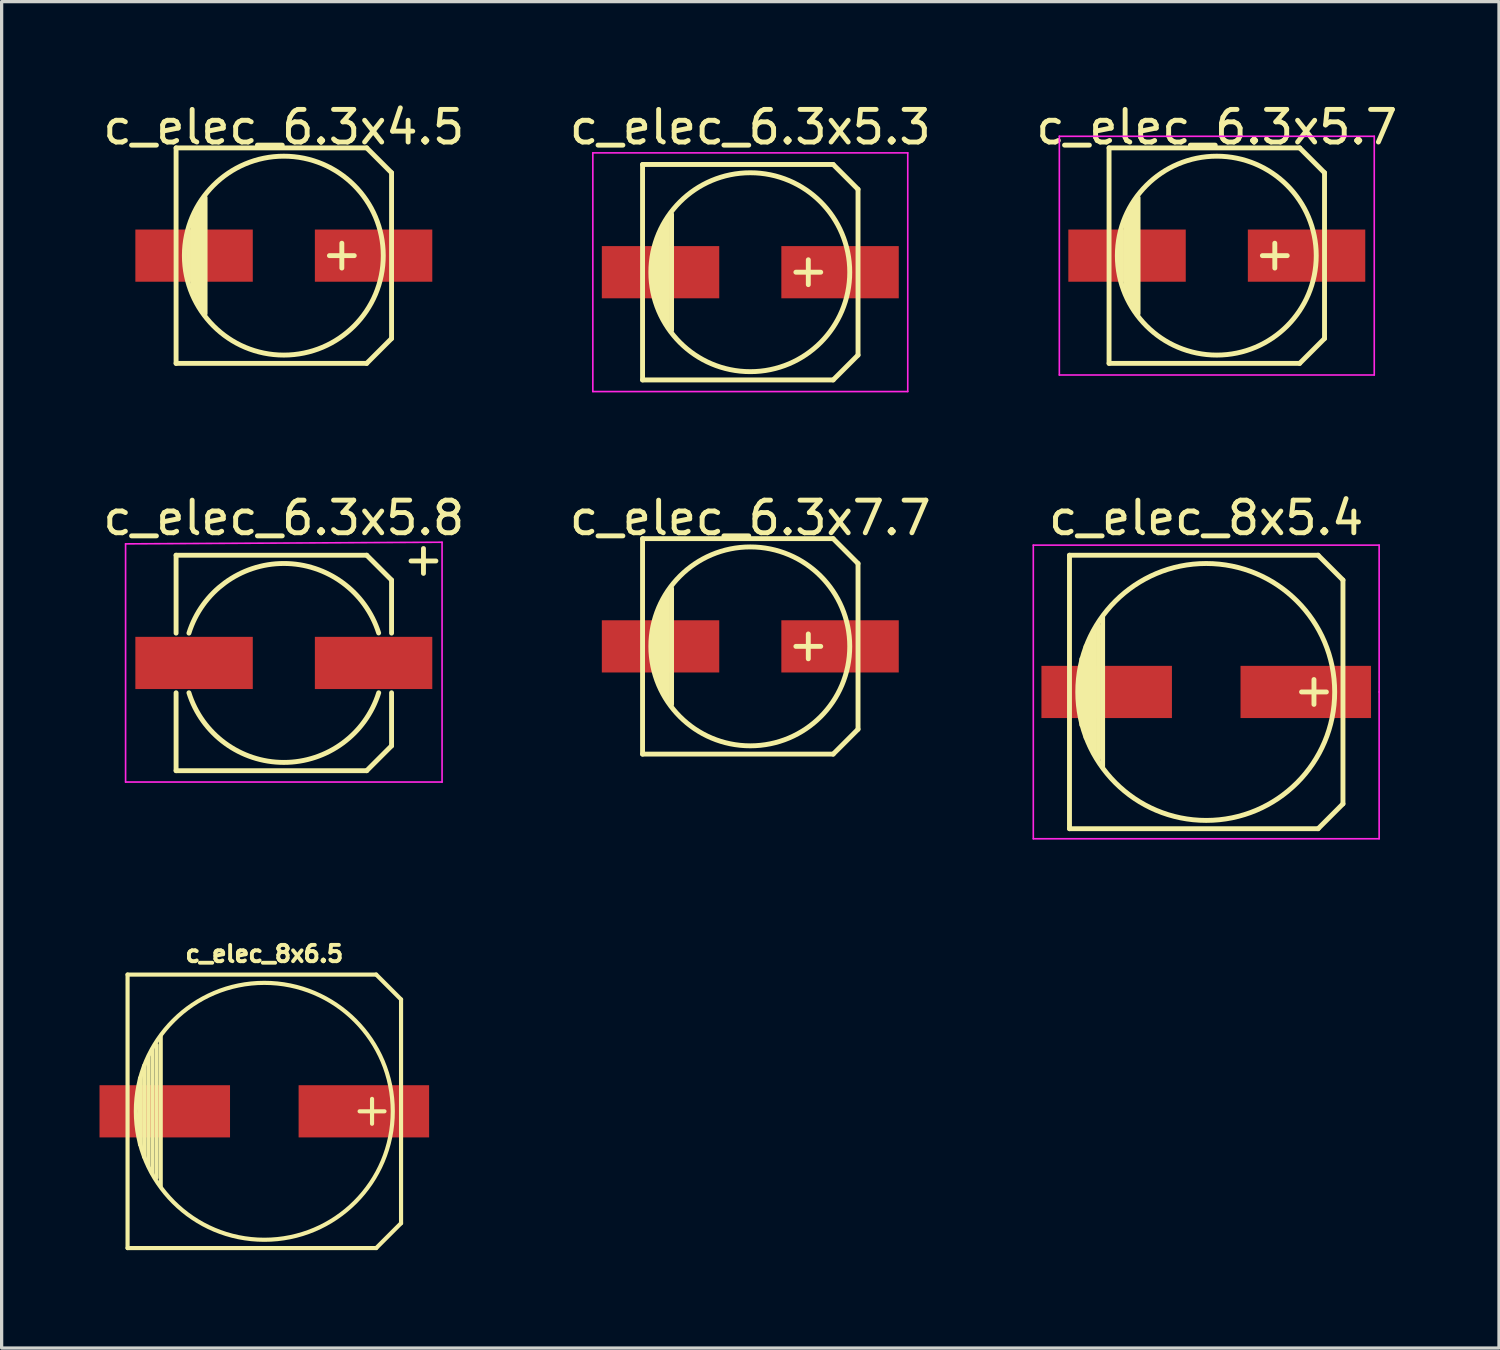
<source format=kicad_pcb>
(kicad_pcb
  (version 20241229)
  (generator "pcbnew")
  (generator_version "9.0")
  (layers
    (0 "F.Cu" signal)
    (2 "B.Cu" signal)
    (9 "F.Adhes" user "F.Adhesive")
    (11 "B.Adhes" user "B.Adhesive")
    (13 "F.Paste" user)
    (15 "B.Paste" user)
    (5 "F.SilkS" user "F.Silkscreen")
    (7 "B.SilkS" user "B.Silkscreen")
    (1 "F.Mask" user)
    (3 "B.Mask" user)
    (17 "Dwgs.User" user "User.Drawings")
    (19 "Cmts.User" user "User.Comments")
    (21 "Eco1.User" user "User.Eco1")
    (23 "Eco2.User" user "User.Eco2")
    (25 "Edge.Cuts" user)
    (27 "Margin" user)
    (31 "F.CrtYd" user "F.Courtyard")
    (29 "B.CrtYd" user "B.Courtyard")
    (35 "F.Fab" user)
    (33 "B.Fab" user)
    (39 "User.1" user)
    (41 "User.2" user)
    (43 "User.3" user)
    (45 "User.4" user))
  (footprint "c_elec_6.3x5.7"
    (layer "F.Cu")
    (at 34.244 4.785)
    (property "Reference" "c_elec_6.3x5.7" (at 0 -3.937 0) (layer "F.SilkS") (effects (font (size 1 1) (thickness 0.15))))
    (attr through_hole)
    (fp_line (start -3.302 -3.302) (end -3.302 3.302) (stroke (width 0.15) (type solid)) (layer "F.SilkS"))
    (fp_line (start -3.302 3.302) (end 2.54 3.302) (stroke (width 0.15) (type solid)) (layer "F.SilkS"))
    (fp_line (start -2.921 -0.762) (end -2.921 0.762) (stroke (width 0.15) (type solid)) (layer "F.SilkS"))
    (fp_line (start -2.794 1.143) (end -2.794 -1.143) (stroke (width 0.15) (type solid)) (layer "F.SilkS"))
    (fp_line (start -2.667 -1.397) (end -2.667 1.397) (stroke (width 0.15) (type solid)) (layer "F.SilkS"))
    (fp_line (start -2.54 1.651) (end -2.54 -1.651) (stroke (width 0.15) (type solid)) (layer "F.SilkS"))
    (fp_line (start -2.413 -1.778) (end -2.413 1.778) (stroke (width 0.15) (type solid)) (layer "F.SilkS"))
    (fp_line (start 1.778 -0.381) (end 1.778 0.381) (stroke (width 0.15) (type solid)) (layer "F.SilkS"))
    (fp_line (start 2.159 0) (end 1.397 0) (stroke (width 0.15) (type solid)) (layer "F.SilkS"))
    (fp_line (start 2.54 -3.302) (end -3.302 -3.302) (stroke (width 0.15) (type solid)) (layer "F.SilkS"))
    (fp_line (start 2.54 3.302) (end 3.302 2.54) (stroke (width 0.15) (type solid)) (layer "F.SilkS"))
    (fp_line (start 3.302 -2.54) (end 2.54 -3.302) (stroke (width 0.15) (type solid)) (layer "F.SilkS"))
    (fp_line (start 3.302 2.54) (end 3.302 -2.54) (stroke (width 0.15) (type solid)) (layer "F.SilkS"))
    (fp_circle (center 0 0) (end -3.048 0) (stroke (width 0.15) (type solid)) (fill no) (layer "F.SilkS"))
    (fp_line (start -4.826 -3.658) (end 4.826 -3.658) (stroke (width 0.05) (type solid)) (layer "F.CrtYd"))
    (fp_line (start -4.826 3.658) (end -4.826 -3.658) (stroke (width 0.05) (type solid)) (layer "F.CrtYd"))
    (fp_line (start 4.826 -3.658) (end 4.826 3.658) (stroke (width 0.05) (type solid)) (layer "F.CrtYd"))
    (fp_line (start 4.826 3.658) (end -4.826 3.658) (stroke (width 0.05) (type solid)) (layer "F.CrtYd"))
    (pad "1" smd rect (at 2.751 0) (size 3.599 1.6) (layers "F.Cu" "F.Mask" "F.Paste"))
    (pad "2" smd rect (at -2.751 0) (size 3.599 1.6) (layers "F.Cu" "F.Mask" "F.Paste")))
  (footprint "c_elec_6.3x5.8"
    (layer "F.Cu")
    (at 5.649 17.269)
    (property "Reference" "c_elec_6.3x5.8" (at 0 -4.445 0) (layer "F.SilkS") (effects (font (size 1 1) (thickness 0.15))))
    (attr smd)
    (fp_line (start -3.302 -3.302) (end -3.302 -0.914) (stroke (width 0.15) (type solid)) (layer "F.SilkS"))
    (fp_line (start -3.302 3.302) (end -3.302 0.914) (stroke (width 0.15) (type solid)) (layer "F.SilkS"))
    (fp_line (start -3.302 3.302) (end 2.54 3.302) (stroke (width 0.15) (type solid)) (layer "F.SilkS"))
    (fp_line (start 2.54 -3.302) (end -3.302 -3.302) (stroke (width 0.15) (type solid)) (layer "F.SilkS"))
    (fp_line (start 2.54 3.302) (end 3.302 2.54) (stroke (width 0.15) (type solid)) (layer "F.SilkS"))
    (fp_line (start 3.302 -2.54) (end 2.54 -3.302) (stroke (width 0.15) (type solid)) (layer "F.SilkS"))
    (fp_line (start 3.302 -2.54) (end 3.302 -0.914) (stroke (width 0.15) (type solid)) (layer "F.SilkS"))
    (fp_line (start 3.302 2.54) (end 3.302 0.914) (stroke (width 0.15) (type solid)) (layer "F.SilkS"))
    (fp_arc (start -2.9083 -0.9144) (mid -0.002464 -3.04866) (end 2.906818 -0.9191) (stroke (width 0.15) (type solid)) (layer "F.SilkS"))
    (fp_arc (start 2.9083 0.9144) (mid -0.000197 3.048661) (end -2.908418 0.914025) (stroke (width 0.15) (type solid)) (layer "F.SilkS"))
    (fp_line (start -4.85 -3.65) (end 4.85 -3.7) (stroke (width 0.05) (type solid)) (layer "F.CrtYd"))
    (fp_line (start -4.85 3.65) (end -4.85 -3.65) (stroke (width 0.05) (type solid)) (layer "F.CrtYd"))
    (fp_line (start 4.85 -3.7) (end 4.85 3.65) (stroke (width 0.05) (type solid)) (layer "F.CrtYd"))
    (fp_line (start 4.85 3.65) (end -4.85 3.65) (stroke (width 0.05) (type solid)) (layer "F.CrtYd"))
    (fp_text user "+" (at 4.28 -3.2 0) (layer "F.SilkS") (effects (font (size 1 1) (thickness 0.15))))
    (pad "1" smd rect (at 2.751 0) (size 3.599 1.6) (layers "F.Cu" "F.Mask" "F.Paste"))
    (pad "2" smd rect (at -2.751 0) (size 3.599 1.6) (layers "F.Cu" "F.Mask" "F.Paste")))
  (footprint "c_elec_8x5.4"
    (layer "F.Cu")
    (at 33.92 18.158)
    (property "Reference" "c_elec_8x5.4" (at 0 -5.334 0) (layer "F.SilkS") (effects (font (size 1 1) (thickness 0.15))))
    (attr smd)
    (fp_line (start -4.191 -4.191) (end -4.191 4.191) (stroke (width 0.15) (type solid)) (layer "F.SilkS"))
    (fp_line (start -4.191 4.191) (end 3.429 4.191) (stroke (width 0.15) (type solid)) (layer "F.SilkS"))
    (fp_line (start -3.81 -1.016) (end -3.81 1.016) (stroke (width 0.15) (type solid)) (layer "F.SilkS"))
    (fp_line (start -3.683 1.397) (end -3.683 -1.397) (stroke (width 0.15) (type solid)) (layer "F.SilkS"))
    (fp_line (start -3.556 -1.651) (end -3.556 1.651) (stroke (width 0.15) (type solid)) (layer "F.SilkS"))
    (fp_line (start -3.429 1.905) (end -3.429 -1.905) (stroke (width 0.15) (type solid)) (layer "F.SilkS"))
    (fp_line (start -3.302 2.032) (end -3.302 -2.032) (stroke (width 0.15) (type solid)) (layer "F.SilkS"))
    (fp_line (start -3.175 -2.286) (end -3.175 2.286) (stroke (width 0.15) (type solid)) (layer "F.SilkS"))
    (fp_line (start 3.302 -0.381) (end 3.302 0.381) (stroke (width 0.15) (type solid)) (layer "F.SilkS"))
    (fp_line (start 3.429 -4.191) (end -4.191 -4.191) (stroke (width 0.15) (type solid)) (layer "F.SilkS"))
    (fp_line (start 3.429 4.191) (end 4.191 3.429) (stroke (width 0.15) (type solid)) (layer "F.SilkS"))
    (fp_line (start 3.683 0) (end 2.921 0) (stroke (width 0.15) (type solid)) (layer "F.SilkS"))
    (fp_line (start 4.191 -3.429) (end 3.429 -4.191) (stroke (width 0.15) (type solid)) (layer "F.SilkS"))
    (fp_line (start 4.191 3.429) (end 4.191 -3.429) (stroke (width 0.15) (type solid)) (layer "F.SilkS"))
    (fp_circle (center 0 0) (end 3.937 0) (stroke (width 0.15) (type solid)) (fill no) (layer "F.SilkS"))
    (fp_line (start -5.3 -4.5) (end 5.3 -4.5) (stroke (width 0.05) (type solid)) (layer "F.CrtYd"))
    (fp_line (start -5.3 4.5) (end -5.3 -4.5) (stroke (width 0.05) (type solid)) (layer "F.CrtYd"))
    (fp_line (start 5.3 -4.5) (end 5.3 0) (stroke (width 0.05) (type solid)) (layer "F.CrtYd"))
    (fp_line (start 5.3 0) (end 5.3 4.5) (stroke (width 0.05) (type solid)) (layer "F.CrtYd"))
    (fp_line (start 5.3 4.5) (end -5.3 4.5) (stroke (width 0.05) (type solid)) (layer "F.CrtYd"))
    (pad "1" smd rect (at 3.051 0) (size 4 1.6) (layers "F.Cu" "F.Mask" "F.Paste"))
    (pad "2" smd rect (at -3.051 0) (size 4 1.6) (layers "F.Cu" "F.Mask" "F.Paste")))
  (footprint "c_elec_6.3x4.5"
    (layer "F.Cu")
    (at 5.649 4.785)
    (property "Reference" "c_elec_6.3x4.5" (at 0 -3.937 0) (layer "F.SilkS") (effects (font (size 1 1) (thickness 0.15))))
    (attr through_hole)
    (fp_line (start -3.302 -3.302) (end -3.302 3.302) (stroke (width 0.15) (type solid)) (layer "F.SilkS"))
    (fp_line (start -3.302 3.302) (end 2.54 3.302) (stroke (width 0.15) (type solid)) (layer "F.SilkS"))
    (fp_line (start -2.921 -0.762) (end -2.921 0.762) (stroke (width 0.15) (type solid)) (layer "F.SilkS"))
    (fp_line (start -2.794 1.143) (end -2.794 -1.143) (stroke (width 0.15) (type solid)) (layer "F.SilkS"))
    (fp_line (start -2.667 -1.397) (end -2.667 1.397) (stroke (width 0.15) (type solid)) (layer "F.SilkS"))
    (fp_line (start -2.54 1.651) (end -2.54 -1.651) (stroke (width 0.15) (type solid)) (layer "F.SilkS"))
    (fp_line (start -2.413 -1.778) (end -2.413 1.778) (stroke (width 0.15) (type solid)) (layer "F.SilkS"))
    (fp_line (start 1.778 -0.381) (end 1.778 0.381) (stroke (width 0.15) (type solid)) (layer "F.SilkS"))
    (fp_line (start 2.159 0) (end 1.397 0) (stroke (width 0.15) (type solid)) (layer "F.SilkS"))
    (fp_line (start 2.54 -3.302) (end -3.302 -3.302) (stroke (width 0.15) (type solid)) (layer "F.SilkS"))
    (fp_line (start 2.54 3.302) (end 3.302 2.54) (stroke (width 0.15) (type solid)) (layer "F.SilkS"))
    (fp_line (start 3.302 -2.54) (end 2.54 -3.302) (stroke (width 0.15) (type solid)) (layer "F.SilkS"))
    (fp_line (start 3.302 2.54) (end 3.302 -2.54) (stroke (width 0.15) (type solid)) (layer "F.SilkS"))
    (fp_circle (center 0 0) (end -3.048 0) (stroke (width 0.15) (type solid)) (fill no) (layer "F.SilkS"))
    (pad "1" smd rect (at 2.751 0) (size 3.599 1.6) (layers "F.Cu" "F.Mask" "F.Paste"))
    (pad "2" smd rect (at -2.751 0) (size 3.599 1.6) (layers "F.Cu" "F.Mask" "F.Paste")))
  (footprint "c_elec_8x6.5"
    (layer "F.Cu")
    (at 5.051 31.011)
    (property "Reference" "c_elec_8x6.5" (at 0 -4.826 0) (layer "F.SilkS") (effects (font (size 0.5 0.5) (thickness 0.119))))
    (attr through_hole)
    (fp_line (start -4.191 -4.191) (end -4.191 4.191) (stroke (width 0.127) (type solid)) (layer "F.SilkS"))
    (fp_line (start -4.191 4.191) (end 3.429 4.191) (stroke (width 0.127) (type solid)) (layer "F.SilkS"))
    (fp_line (start -3.81 -1.016) (end -3.81 1.016) (stroke (width 0.127) (type solid)) (layer "F.SilkS"))
    (fp_line (start -3.683 1.397) (end -3.683 -1.397) (stroke (width 0.127) (type solid)) (layer "F.SilkS"))
    (fp_line (start -3.556 -1.651) (end -3.556 1.651) (stroke (width 0.127) (type solid)) (layer "F.SilkS"))
    (fp_line (start -3.429 1.905) (end -3.429 -1.905) (stroke (width 0.127) (type solid)) (layer "F.SilkS"))
    (fp_line (start -3.302 2.032) (end -3.302 -2.032) (stroke (width 0.127) (type solid)) (layer "F.SilkS"))
    (fp_line (start -3.175 -2.286) (end -3.175 2.286) (stroke (width 0.127) (type solid)) (layer "F.SilkS"))
    (fp_line (start 3.302 -0.381) (end 3.302 0.381) (stroke (width 0.127) (type solid)) (layer "F.SilkS"))
    (fp_line (start 3.429 -4.191) (end -4.191 -4.191) (stroke (width 0.127) (type solid)) (layer "F.SilkS"))
    (fp_line (start 3.429 4.191) (end 4.191 3.429) (stroke (width 0.127) (type solid)) (layer "F.SilkS"))
    (fp_line (start 3.683 0) (end 2.921 0) (stroke (width 0.127) (type solid)) (layer "F.SilkS"))
    (fp_line (start 4.191 -3.429) (end 3.429 -4.191) (stroke (width 0.127) (type solid)) (layer "F.SilkS"))
    (fp_line (start 4.191 3.429) (end 4.191 -3.429) (stroke (width 0.127) (type solid)) (layer "F.SilkS"))
    (fp_circle (center 0 0) (end 3.937 0) (stroke (width 0.127) (type solid)) (fill no) (layer "F.SilkS"))
    (pad "1" smd rect (at 3.051 0) (size 4 1.6) (layers "F.Cu" "F.Mask" "F.Paste"))
    (pad "2" smd rect (at -3.051 0) (size 4 1.6) (layers "F.Cu" "F.Mask" "F.Paste")))
  (footprint "c_elec_6.3x7.7"
    (layer "F.Cu")
    (at 19.946 16.761)
    (property "Reference" "c_elec_6.3x7.7" (at 0 -3.937 0) (layer "F.SilkS") (effects (font (size 1 1) (thickness 0.15))))
    (attr through_hole)
    (fp_line (start -3.302 -3.302) (end -3.302 3.302) (stroke (width 0.15) (type solid)) (layer "F.SilkS"))
    (fp_line (start -3.302 3.302) (end 2.54 3.302) (stroke (width 0.15) (type solid)) (layer "F.SilkS"))
    (fp_line (start -2.921 -0.762) (end -2.921 0.762) (stroke (width 0.15) (type solid)) (layer "F.SilkS"))
    (fp_line (start -2.794 1.143) (end -2.794 -1.143) (stroke (width 0.15) (type solid)) (layer "F.SilkS"))
    (fp_line (start -2.667 -1.397) (end -2.667 1.397) (stroke (width 0.15) (type solid)) (layer "F.SilkS"))
    (fp_line (start -2.54 1.651) (end -2.54 -1.651) (stroke (width 0.15) (type solid)) (layer "F.SilkS"))
    (fp_line (start -2.413 -1.778) (end -2.413 1.778) (stroke (width 0.15) (type solid)) (layer "F.SilkS"))
    (fp_line (start 1.778 -0.381) (end 1.778 0.381) (stroke (width 0.15) (type solid)) (layer "F.SilkS"))
    (fp_line (start 2.159 0) (end 1.397 0) (stroke (width 0.15) (type solid)) (layer "F.SilkS"))
    (fp_line (start 2.54 -3.302) (end -3.302 -3.302) (stroke (width 0.15) (type solid)) (layer "F.SilkS"))
    (fp_line (start 2.54 3.302) (end 3.302 2.54) (stroke (width 0.15) (type solid)) (layer "F.SilkS"))
    (fp_line (start 3.302 -2.54) (end 2.54 -3.302) (stroke (width 0.15) (type solid)) (layer "F.SilkS"))
    (fp_line (start 3.302 2.54) (end 3.302 -2.54) (stroke (width 0.15) (type solid)) (layer "F.SilkS"))
    (fp_circle (center 0 0) (end -3.048 0) (stroke (width 0.15) (type solid)) (fill no) (layer "F.SilkS"))
    (pad "1" smd rect (at 2.751 0) (size 3.599 1.6) (layers "F.Cu" "F.Mask" "F.Paste"))
    (pad "2" smd rect (at -2.751 0) (size 3.599 1.6) (layers "F.Cu" "F.Mask" "F.Paste")))
  (footprint "c_elec_6.3x5.3"
    (layer "F.Cu")
    (at 19.946 5.293)
    (property "Reference" "c_elec_6.3x5.3" (at 0 -4.445 0) (layer "F.SilkS") (effects (font (size 1 1) (thickness 0.15))))
    (attr smd)
    (fp_line (start -3.302 -3.302) (end -3.302 3.302) (stroke (width 0.15) (type solid)) (layer "F.SilkS"))
    (fp_line (start -3.302 3.302) (end 2.54 3.302) (stroke (width 0.15) (type solid)) (layer "F.SilkS"))
    (fp_line (start -2.921 -0.762) (end -2.921 0.762) (stroke (width 0.15) (type solid)) (layer "F.SilkS"))
    (fp_line (start -2.794 1.143) (end -2.794 -1.143) (stroke (width 0.15) (type solid)) (layer "F.SilkS"))
    (fp_line (start -2.667 -1.397) (end -2.667 1.397) (stroke (width 0.15) (type solid)) (layer "F.SilkS"))
    (fp_line (start -2.54 1.651) (end -2.54 -1.651) (stroke (width 0.15) (type solid)) (layer "F.SilkS"))
    (fp_line (start -2.413 -1.778) (end -2.413 1.778) (stroke (width 0.15) (type solid)) (layer "F.SilkS"))
    (fp_line (start 1.778 -0.381) (end 1.778 0.381) (stroke (width 0.15) (type solid)) (layer "F.SilkS"))
    (fp_line (start 2.159 0) (end 1.397 0) (stroke (width 0.15) (type solid)) (layer "F.SilkS"))
    (fp_line (start 2.54 -3.302) (end -3.302 -3.302) (stroke (width 0.15) (type solid)) (layer "F.SilkS"))
    (fp_line (start 2.54 3.302) (end 3.302 2.54) (stroke (width 0.15) (type solid)) (layer "F.SilkS"))
    (fp_line (start 3.302 -2.54) (end 2.54 -3.302) (stroke (width 0.15) (type solid)) (layer "F.SilkS"))
    (fp_line (start 3.302 2.54) (end 3.302 -2.54) (stroke (width 0.15) (type solid)) (layer "F.SilkS"))
    (fp_circle (center 0 0) (end -3.048 0) (stroke (width 0.15) (type solid)) (fill no) (layer "F.SilkS"))
    (fp_line (start -4.826 -3.658) (end 4.826 -3.658) (stroke (width 0.05) (type solid)) (layer "F.CrtYd"))
    (fp_line (start -4.826 3.658) (end -4.826 -3.658) (stroke (width 0.05) (type solid)) (layer "F.CrtYd"))
    (fp_line (start 4.826 -3.658) (end 4.826 3.658) (stroke (width 0.05) (type solid)) (layer "F.CrtYd"))
    (fp_line (start 4.826 3.658) (end -4.826 3.658) (stroke (width 0.05) (type solid)) (layer "F.CrtYd"))
    (pad "1" smd rect (at 2.751 0) (size 3.599 1.6) (layers "F.Cu" "F.Mask" "F.Paste"))
    (pad "2" smd rect (at -2.751 0) (size 3.599 1.6) (layers "F.Cu" "F.Mask" "F.Paste")))
  (gr_rect
    (start -3 -3)
    (end 42.893 38.266)
    (stroke (width 0.1) (type default))
    (fill no)
    (layer "Edge.Cuts")))
</source>
